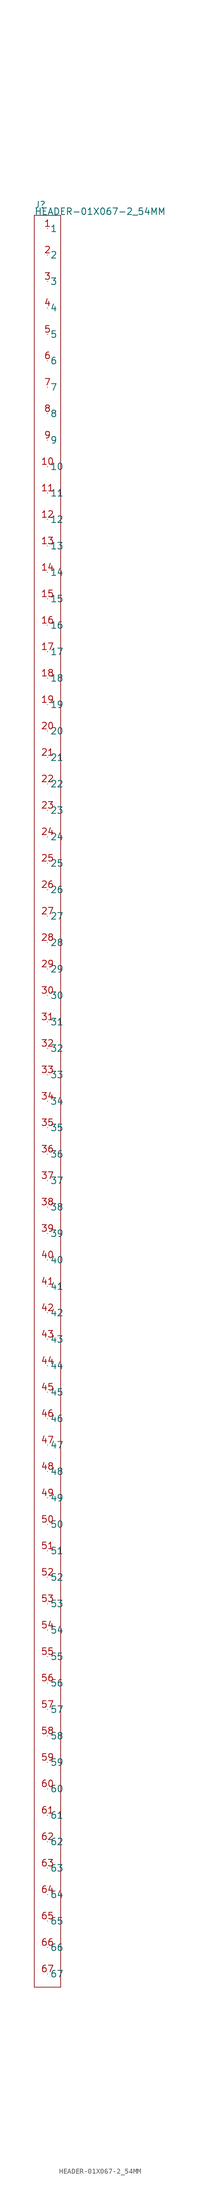
<source format=kicad_sym>
(kicad_symbol_lib
  (version 20211014)
  (generator kicad_symbol_editor)
  (symbol "HEADER-01X067-2_54MM"
    (pin_names)
    (property "Reference" "J"
      (at -2.54 171.45 0)
      (effects (font (size 1.27 1.27)) (justify left bottom)))
    (property "Value" "HEADER-01X067-2_54MM"
      (at -2.54 170.18 0)
      (effects (font (size 1.27 1.27)) (justify left bottom)))
    (property "Datasheet" ""
      (at 0 0 0))
    (property "ki_description" "Header 1x67  - Header Vertical 67POS 2.54MM Technical Specifications: Pitch: 0.1\" (2.54mm) "
      (at 0 0 0))
    (property "ki_fp_filters" "FlashPCB_Connectors:HEADER-THT-01X067-2_54MM FlashPCB_Connectors:HEADER-THT-LONG-01X067-2_54MM FlashPCB_Connectors:HEADER-THT-NOSILK-01X067-2_54MM FlashPCB_Connectors:HEADER-THT-LONG-NOSILK-01X067-2_54MM"
      (at 0 0 0))
    (symbol "HEADER-01X067-2_54MM_1_1"
      (polyline (pts (xy -2.54 170.18) (xy 2.54 170.18)) (stroke (width 0.127)) (fill (type none)))
      (polyline (pts (xy 2.54 170.18) (xy 2.54 -170.18)) (stroke (width 0.127)) (fill (type none)))
      (polyline (pts (xy 2.54 -170.18) (xy -2.54 -170.18)) (stroke (width 0.127)) (fill (type none)))
      (polyline (pts (xy -2.54 -170.18) (xy -2.54 170.18)) (stroke (width 0.127)) (fill (type none)))
      (pin bidirectional line (at 0 167.64 0) (length 0) (name "1" (effects (font (size 1.27 1.27)))) (number "1" (effects (font (size 1.27 1.27)))))
      (pin bidirectional line (at 0 162.56 0) (length 0) (name "2" (effects (font (size 1.27 1.27)))) (number "2" (effects (font (size 1.27 1.27)))))
      (pin bidirectional line (at 0 157.48 0) (length 0) (name "3" (effects (font (size 1.27 1.27)))) (number "3" (effects (font (size 1.27 1.27)))))
      (pin bidirectional line (at 0 152.4 0) (length 0) (name "4" (effects (font (size 1.27 1.27)))) (number "4" (effects (font (size 1.27 1.27)))))
      (pin bidirectional line (at 0 147.32 0) (length 0) (name "5" (effects (font (size 1.27 1.27)))) (number "5" (effects (font (size 1.27 1.27)))))
      (pin bidirectional line (at 0 142.24 0) (length 0) (name "6" (effects (font (size 1.27 1.27)))) (number "6" (effects (font (size 1.27 1.27)))))
      (pin bidirectional line (at 0 137.16 0) (length 0) (name "7" (effects (font (size 1.27 1.27)))) (number "7" (effects (font (size 1.27 1.27)))))
      (pin bidirectional line (at 0 132.08 0) (length 0) (name "8" (effects (font (size 1.27 1.27)))) (number "8" (effects (font (size 1.27 1.27)))))
      (pin bidirectional line (at 0 127 0) (length 0) (name "9" (effects (font (size 1.27 1.27)))) (number "9" (effects (font (size 1.27 1.27)))))
      (pin bidirectional line (at 0 121.92 0) (length 0) (name "10" (effects (font (size 1.27 1.27)))) (number "10" (effects (font (size 1.27 1.27)))))
      (pin bidirectional line (at 0 116.84 0) (length 0) (name "11" (effects (font (size 1.27 1.27)))) (number "11" (effects (font (size 1.27 1.27)))))
      (pin bidirectional line (at 0 111.76 0) (length 0) (name "12" (effects (font (size 1.27 1.27)))) (number "12" (effects (font (size 1.27 1.27)))))
      (pin bidirectional line (at 0 106.68 0) (length 0) (name "13" (effects (font (size 1.27 1.27)))) (number "13" (effects (font (size 1.27 1.27)))))
      (pin bidirectional line (at 0 101.6 0) (length 0) (name "14" (effects (font (size 1.27 1.27)))) (number "14" (effects (font (size 1.27 1.27)))))
      (pin bidirectional line (at 0 96.52 0) (length 0) (name "15" (effects (font (size 1.27 1.27)))) (number "15" (effects (font (size 1.27 1.27)))))
      (pin bidirectional line (at 0 91.44 0) (length 0) (name "16" (effects (font (size 1.27 1.27)))) (number "16" (effects (font (size 1.27 1.27)))))
      (pin bidirectional line (at 0 86.36 0) (length 0) (name "17" (effects (font (size 1.27 1.27)))) (number "17" (effects (font (size 1.27 1.27)))))
      (pin bidirectional line (at 0 81.28 0) (length 0) (name "18" (effects (font (size 1.27 1.27)))) (number "18" (effects (font (size 1.27 1.27)))))
      (pin bidirectional line (at 0 76.2 0) (length 0) (name "19" (effects (font (size 1.27 1.27)))) (number "19" (effects (font (size 1.27 1.27)))))
      (pin bidirectional line (at 0 71.12 0) (length 0) (name "20" (effects (font (size 1.27 1.27)))) (number "20" (effects (font (size 1.27 1.27)))))
      (pin bidirectional line (at 0 66.04 0) (length 0) (name "21" (effects (font (size 1.27 1.27)))) (number "21" (effects (font (size 1.27 1.27)))))
      (pin bidirectional line (at 0 60.96 0) (length 0) (name "22" (effects (font (size 1.27 1.27)))) (number "22" (effects (font (size 1.27 1.27)))))
      (pin bidirectional line (at 0 55.88 0) (length 0) (name "23" (effects (font (size 1.27 1.27)))) (number "23" (effects (font (size 1.27 1.27)))))
      (pin bidirectional line (at 0 50.8 0) (length 0) (name "24" (effects (font (size 1.27 1.27)))) (number "24" (effects (font (size 1.27 1.27)))))
      (pin bidirectional line (at 0 45.72 0) (length 0) (name "25" (effects (font (size 1.27 1.27)))) (number "25" (effects (font (size 1.27 1.27)))))
      (pin bidirectional line (at 0 40.64 0) (length 0) (name "26" (effects (font (size 1.27 1.27)))) (number "26" (effects (font (size 1.27 1.27)))))
      (pin bidirectional line (at 0 35.56 0) (length 0) (name "27" (effects (font (size 1.27 1.27)))) (number "27" (effects (font (size 1.27 1.27)))))
      (pin bidirectional line (at 0 30.48 0) (length 0) (name "28" (effects (font (size 1.27 1.27)))) (number "28" (effects (font (size 1.27 1.27)))))
      (pin bidirectional line (at 0 25.4 0) (length 0) (name "29" (effects (font (size 1.27 1.27)))) (number "29" (effects (font (size 1.27 1.27)))))
      (pin bidirectional line (at 0 20.32 0) (length 0) (name "30" (effects (font (size 1.27 1.27)))) (number "30" (effects (font (size 1.27 1.27)))))
      (pin bidirectional line (at 0 15.24 0) (length 0) (name "31" (effects (font (size 1.27 1.27)))) (number "31" (effects (font (size 1.27 1.27)))))
      (pin bidirectional line (at 0 10.16 0) (length 0) (name "32" (effects (font (size 1.27 1.27)))) (number "32" (effects (font (size 1.27 1.27)))))
      (pin bidirectional line (at 0 5.08 0) (length 0) (name "33" (effects (font (size 1.27 1.27)))) (number "33" (effects (font (size 1.27 1.27)))))
      (pin bidirectional line (at 0 0 0) (length 0) (name "34" (effects (font (size 1.27 1.27)))) (number "34" (effects (font (size 1.27 1.27)))))
      (pin bidirectional line (at 0 -5.08 0) (length 0) (name "35" (effects (font (size 1.27 1.27)))) (number "35" (effects (font (size 1.27 1.27)))))
      (pin bidirectional line (at 0 -10.16 0) (length 0) (name "36" (effects (font (size 1.27 1.27)))) (number "36" (effects (font (size 1.27 1.27)))))
      (pin bidirectional line (at 0 -15.24 0) (length 0) (name "37" (effects (font (size 1.27 1.27)))) (number "37" (effects (font (size 1.27 1.27)))))
      (pin bidirectional line (at 0 -20.32 0) (length 0) (name "38" (effects (font (size 1.27 1.27)))) (number "38" (effects (font (size 1.27 1.27)))))
      (pin bidirectional line (at 0 -25.4 0) (length 0) (name "39" (effects (font (size 1.27 1.27)))) (number "39" (effects (font (size 1.27 1.27)))))
      (pin bidirectional line (at 0 -30.48 0) (length 0) (name "40" (effects (font (size 1.27 1.27)))) (number "40" (effects (font (size 1.27 1.27)))))
      (pin bidirectional line (at 0 -35.56 0) (length 0) (name "41" (effects (font (size 1.27 1.27)))) (number "41" (effects (font (size 1.27 1.27)))))
      (pin bidirectional line (at 0 -40.64 0) (length 0) (name "42" (effects (font (size 1.27 1.27)))) (number "42" (effects (font (size 1.27 1.27)))))
      (pin bidirectional line (at 0 -45.72 0) (length 0) (name "43" (effects (font (size 1.27 1.27)))) (number "43" (effects (font (size 1.27 1.27)))))
      (pin bidirectional line (at 0 -50.8 0) (length 0) (name "44" (effects (font (size 1.27 1.27)))) (number "44" (effects (font (size 1.27 1.27)))))
      (pin bidirectional line (at 0 -55.88 0) (length 0) (name "45" (effects (font (size 1.27 1.27)))) (number "45" (effects (font (size 1.27 1.27)))))
      (pin bidirectional line (at 0 -60.96 0) (length 0) (name "46" (effects (font (size 1.27 1.27)))) (number "46" (effects (font (size 1.27 1.27)))))
      (pin bidirectional line (at 0 -66.04 0) (length 0) (name "47" (effects (font (size 1.27 1.27)))) (number "47" (effects (font (size 1.27 1.27)))))
      (pin bidirectional line (at 0 -71.12 0) (length 0) (name "48" (effects (font (size 1.27 1.27)))) (number "48" (effects (font (size 1.27 1.27)))))
      (pin bidirectional line (at 0 -76.2 0) (length 0) (name "49" (effects (font (size 1.27 1.27)))) (number "49" (effects (font (size 1.27 1.27)))))
      (pin bidirectional line (at 0 -81.28 0) (length 0) (name "50" (effects (font (size 1.27 1.27)))) (number "50" (effects (font (size 1.27 1.27)))))
      (pin bidirectional line (at 0 -86.36 0) (length 0) (name "51" (effects (font (size 1.27 1.27)))) (number "51" (effects (font (size 1.27 1.27)))))
      (pin bidirectional line (at 0 -91.44 0) (length 0) (name "52" (effects (font (size 1.27 1.27)))) (number "52" (effects (font (size 1.27 1.27)))))
      (pin bidirectional line (at 0 -96.52 0) (length 0) (name "53" (effects (font (size 1.27 1.27)))) (number "53" (effects (font (size 1.27 1.27)))))
      (pin bidirectional line (at 0 -101.6 0) (length 0) (name "54" (effects (font (size 1.27 1.27)))) (number "54" (effects (font (size 1.27 1.27)))))
      (pin bidirectional line (at 0 -106.68 0) (length 0) (name "55" (effects (font (size 1.27 1.27)))) (number "55" (effects (font (size 1.27 1.27)))))
      (pin bidirectional line (at 0 -111.76 0) (length 0) (name "56" (effects (font (size 1.27 1.27)))) (number "56" (effects (font (size 1.27 1.27)))))
      (pin bidirectional line (at 0 -116.84 0) (length 0) (name "57" (effects (font (size 1.27 1.27)))) (number "57" (effects (font (size 1.27 1.27)))))
      (pin bidirectional line (at 0 -121.92 0) (length 0) (name "58" (effects (font (size 1.27 1.27)))) (number "58" (effects (font (size 1.27 1.27)))))
      (pin bidirectional line (at 0 -127 0) (length 0) (name "59" (effects (font (size 1.27 1.27)))) (number "59" (effects (font (size 1.27 1.27)))))
      (pin bidirectional line (at 0 -132.08 0) (length 0) (name "60" (effects (font (size 1.27 1.27)))) (number "60" (effects (font (size 1.27 1.27)))))
      (pin bidirectional line (at 0 -137.16 0) (length 0) (name "61" (effects (font (size 1.27 1.27)))) (number "61" (effects (font (size 1.27 1.27)))))
      (pin bidirectional line (at 0 -142.24 0) (length 0) (name "62" (effects (font (size 1.27 1.27)))) (number "62" (effects (font (size 1.27 1.27)))))
      (pin bidirectional line (at 0 -147.32 0) (length 0) (name "63" (effects (font (size 1.27 1.27)))) (number "63" (effects (font (size 1.27 1.27)))))
      (pin bidirectional line (at 0 -152.4 0) (length 0) (name "64" (effects (font (size 1.27 1.27)))) (number "64" (effects (font (size 1.27 1.27)))))
      (pin bidirectional line (at 0 -157.48 0) (length 0) (name "65" (effects (font (size 1.27 1.27)))) (number "65" (effects (font (size 1.27 1.27)))))
      (pin bidirectional line (at 0 -162.56 0) (length 0) (name "66" (effects (font (size 1.27 1.27)))) (number "66" (effects (font (size 1.27 1.27)))))
      (pin bidirectional line (at 0 -167.64 0) (length 0) (name "67" (effects (font (size 1.27 1.27)))) (number "67" (effects (font (size 1.27 1.27))))))))
</source>
